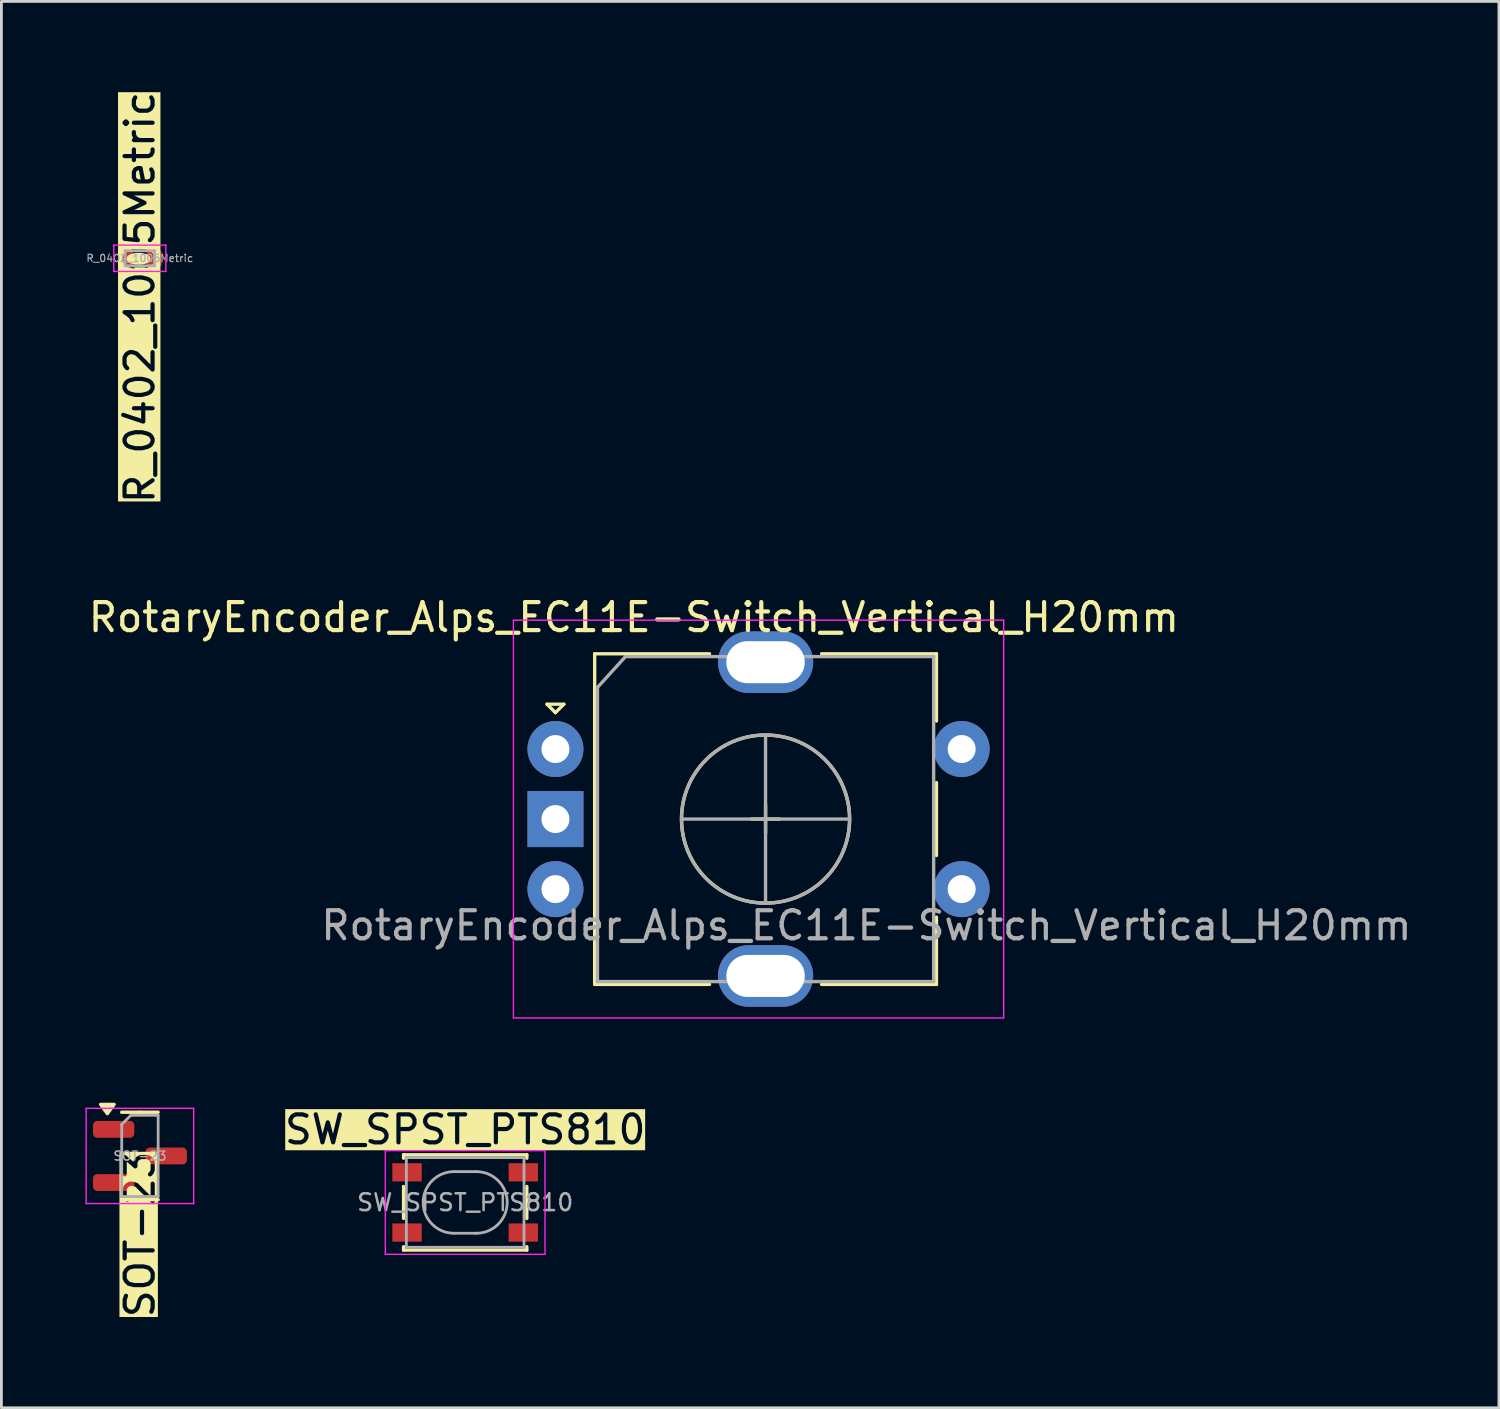
<source format=kicad_pcb>
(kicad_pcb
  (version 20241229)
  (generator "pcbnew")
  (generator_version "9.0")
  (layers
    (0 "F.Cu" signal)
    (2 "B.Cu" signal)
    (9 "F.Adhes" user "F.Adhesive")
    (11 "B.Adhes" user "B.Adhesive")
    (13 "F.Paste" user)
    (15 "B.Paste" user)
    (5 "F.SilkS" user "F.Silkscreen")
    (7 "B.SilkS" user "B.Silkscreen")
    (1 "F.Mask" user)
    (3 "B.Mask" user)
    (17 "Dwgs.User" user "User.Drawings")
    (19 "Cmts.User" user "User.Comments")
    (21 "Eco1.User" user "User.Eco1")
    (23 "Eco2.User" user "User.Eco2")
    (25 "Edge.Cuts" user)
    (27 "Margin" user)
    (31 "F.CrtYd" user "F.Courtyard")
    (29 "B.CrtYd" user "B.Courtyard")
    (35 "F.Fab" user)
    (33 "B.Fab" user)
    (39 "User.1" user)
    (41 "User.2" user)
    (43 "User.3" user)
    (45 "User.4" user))
  (footprint "R_0402_1005Metric"
    (layer "F.Cu")
    (at 1.941 6.169)
    (property "Reference" "R_0402_1005Metric" (at 0 1.4 90) (layer "F.SilkS" knockout) (effects (font (size 1 1) (thickness 0.15))))
    (attr smd)
    (fp_line (start -0.154 -0.38) (end 0.154 -0.38) (stroke (width 0.12) (type solid)) (layer "F.SilkS"))
    (fp_line (start -0.154 0.38) (end 0.154 0.38) (stroke (width 0.12) (type solid)) (layer "F.SilkS"))
    (fp_line (start -0.93 -0.47) (end 0.93 -0.47) (stroke (width 0.05) (type solid)) (layer "F.CrtYd"))
    (fp_line (start -0.93 0.47) (end -0.93 -0.47) (stroke (width 0.05) (type solid)) (layer "F.CrtYd"))
    (fp_line (start 0.93 -0.47) (end 0.93 0.47) (stroke (width 0.05) (type solid)) (layer "F.CrtYd"))
    (fp_line (start 0.93 0.47) (end -0.93 0.47) (stroke (width 0.05) (type solid)) (layer "F.CrtYd"))
    (fp_line (start -0.525 -0.27) (end 0.525 -0.27) (stroke (width 0.1) (type solid)) (layer "F.Fab"))
    (fp_line (start -0.525 0.27) (end -0.525 -0.27) (stroke (width 0.1) (type solid)) (layer "F.Fab"))
    (fp_line (start 0.525 -0.27) (end 0.525 0.27) (stroke (width 0.1) (type solid)) (layer "F.Fab"))
    (fp_line (start 0.525 0.27) (end -0.525 0.27) (stroke (width 0.1) (type solid)) (layer "F.Fab"))
    (fp_text user "${REFERENCE}" (at 0 0 0) (layer "F.Fab") (effects (font (size 0.26 0.26) (thickness 0.04))))
    (pad "1" smd roundrect (at -0.51 0) (size 0.54 0.64) (layers "F.Cu" "F.Mask" "F.Paste") (roundrect_rratio 0.25))
    (pad "2" smd roundrect (at 0.51 0) (size 0.54 0.64) (layers "F.Cu" "F.Mask" "F.Paste") (roundrect_rratio 0.25)))
  (footprint "SOT-23"
    (layer "F.Cu")
    (at 1.945 38.212)
    (property "Reference" "SOT-23" (at 0 2.8 270) (layer "F.SilkS" knockout) (effects (font (size 1 1) (thickness 0.15))))
    (attr smd)
    (fp_line (start 0 -1.56) (end -0.65 -1.56) (stroke (width 0.12) (type solid)) (layer "F.SilkS"))
    (fp_line (start 0 -1.56) (end 0.65 -1.56) (stroke (width 0.12) (type solid)) (layer "F.SilkS"))
    (fp_line (start 0 1.56) (end -0.65 1.56) (stroke (width 0.12) (type solid)) (layer "F.SilkS"))
    (fp_line (start 0 1.56) (end 0.65 1.56) (stroke (width 0.12) (type solid)) (layer "F.SilkS"))
    (fp_poly (pts (xy -1.163 -1.51) (xy -1.403 -1.84) (xy -0.922 -1.84) (xy -1.163 -1.51)) (stroke (width 0.12) (type solid)) (fill yes) (layer "F.SilkS"))
    (fp_line (start -1.92 -1.7) (end -1.92 1.7) (stroke (width 0.05) (type solid)) (layer "F.CrtYd"))
    (fp_line (start -1.92 1.7) (end 1.92 1.7) (stroke (width 0.05) (type solid)) (layer "F.CrtYd"))
    (fp_line (start 1.92 -1.7) (end -1.92 -1.7) (stroke (width 0.05) (type solid)) (layer "F.CrtYd"))
    (fp_line (start 1.92 1.7) (end 1.92 -1.7) (stroke (width 0.05) (type solid)) (layer "F.CrtYd"))
    (fp_line (start -0.65 -1.125) (end -0.325 -1.45) (stroke (width 0.1) (type solid)) (layer "F.Fab"))
    (fp_line (start -0.65 1.45) (end -0.65 -1.125) (stroke (width 0.1) (type solid)) (layer "F.Fab"))
    (fp_line (start -0.325 -1.45) (end 0.65 -1.45) (stroke (width 0.1) (type solid)) (layer "F.Fab"))
    (fp_line (start 0.65 -1.45) (end 0.65 1.45) (stroke (width 0.1) (type solid)) (layer "F.Fab"))
    (fp_line (start 0.65 1.45) (end -0.65 1.45) (stroke (width 0.1) (type solid)) (layer "F.Fab"))
    (fp_text user "${REFERENCE}" (at 0 0 0) (layer "F.Fab") (effects (font (size 0.32 0.32) (thickness 0.05))))
    (pad "1" smd roundrect (at -0.938 -0.95) (size 1.475 0.6) (layers "F.Cu" "F.Mask" "F.Paste") (roundrect_rratio 0.25))
    (pad "2" smd roundrect (at -0.938 0.95) (size 1.475 0.6) (layers "F.Cu" "F.Mask" "F.Paste") (roundrect_rratio 0.25))
    (pad "3" smd roundrect (at 0.938 0) (size 1.475 0.6) (layers "F.Cu" "F.Mask" "F.Paste") (roundrect_rratio 0.25)))
  (footprint "RotaryEncoder_Alps_EC11E-Switch_Vertical_H20mm"
    (layer "F.Cu")
    (at 16.777 23.687)
    (property "Reference" "RotaryEncoder_Alps_EC11E-Switch_Vertical_H20mm" (at 2.8 -4.7 0) (layer "F.SilkS") (effects (font (size 1 1) (thickness 0.15))))
    (attr through_hole)
    (fp_line (start -0.3 -1.6) (end 0.3 -1.6) (stroke (width 0.12) (type solid)) (layer "F.SilkS"))
    (fp_line (start 0 -1.3) (end -0.3 -1.6) (stroke (width 0.12) (type solid)) (layer "F.SilkS"))
    (fp_line (start 0.3 -1.6) (end 0 -1.3) (stroke (width 0.12) (type solid)) (layer "F.SilkS"))
    (fp_line (start 1.4 -3.4) (end 1.4 8.4) (stroke (width 0.12) (type solid)) (layer "F.SilkS"))
    (fp_line (start 5.5 -3.4) (end 1.4 -3.4) (stroke (width 0.12) (type solid)) (layer "F.SilkS"))
    (fp_line (start 5.5 8.4) (end 1.4 8.4) (stroke (width 0.12) (type solid)) (layer "F.SilkS"))
    (fp_line (start 7 2.5) (end 8 2.5) (stroke (width 0.12) (type solid)) (layer "F.SilkS"))
    (fp_line (start 7.5 2) (end 7.5 3) (stroke (width 0.12) (type solid)) (layer "F.SilkS"))
    (fp_line (start 9.5 -3.4) (end 13.6 -3.4) (stroke (width 0.12) (type solid)) (layer "F.SilkS"))
    (fp_line (start 13.6 -3.4) (end 13.6 -1) (stroke (width 0.12) (type solid)) (layer "F.SilkS"))
    (fp_line (start 13.6 1.2) (end 13.6 3.8) (stroke (width 0.12) (type solid)) (layer "F.SilkS"))
    (fp_line (start 13.6 6) (end 13.6 8.4) (stroke (width 0.12) (type solid)) (layer "F.SilkS"))
    (fp_line (start 13.6 8.4) (end 9.5 8.4) (stroke (width 0.12) (type solid)) (layer "F.SilkS"))
    (fp_circle (center 7.5 2.5) (end 10.5 2.5) (stroke (width 0.12) (type solid)) (fill no) (layer "F.SilkS"))
    (fp_line (start -1.5 -4.6) (end -1.5 9.6) (stroke (width 0.05) (type solid)) (layer "F.CrtYd"))
    (fp_line (start -1.5 -4.6) (end 16 -4.6) (stroke (width 0.05) (type solid)) (layer "F.CrtYd"))
    (fp_line (start 16 9.6) (end -1.5 9.6) (stroke (width 0.05) (type solid)) (layer "F.CrtYd"))
    (fp_line (start 16 9.6) (end 16 -4.6) (stroke (width 0.05) (type solid)) (layer "F.CrtYd"))
    (fp_line (start 1.5 -2.2) (end 2.5 -3.3) (stroke (width 0.12) (type solid)) (layer "F.Fab"))
    (fp_line (start 1.5 8.3) (end 1.5 -2.2) (stroke (width 0.12) (type solid)) (layer "F.Fab"))
    (fp_line (start 2.5 -3.3) (end 13.5 -3.3) (stroke (width 0.12) (type solid)) (layer "F.Fab"))
    (fp_line (start 4.5 2.5) (end 10.5 2.5) (stroke (width 0.12) (type solid)) (layer "F.Fab"))
    (fp_line (start 7.5 -0.5) (end 7.5 5.5) (stroke (width 0.12) (type solid)) (layer "F.Fab"))
    (fp_line (start 13.5 -3.3) (end 13.5 8.3) (stroke (width 0.12) (type solid)) (layer "F.Fab"))
    (fp_line (start 13.5 8.3) (end 1.5 8.3) (stroke (width 0.12) (type solid)) (layer "F.Fab"))
    (fp_circle (center 7.5 2.5) (end 10.5 2.5) (stroke (width 0.12) (type solid)) (fill no) (layer "F.Fab"))
    (fp_text user "${REFERENCE}" (at 11.1 6.3 0) (layer "F.Fab") (effects (font (size 1 1) (thickness 0.15))))
    (pad "A" thru_hole circle (at 0 0) (size 2 2) (drill 1) (layers "*.Cu" "*.Mask"))
    (pad "B" thru_hole circle (at 0 5) (size 2 2) (drill 1) (layers "*.Cu" "*.Mask"))
    (pad "C" thru_hole rect (at 0 2.5) (size 2 2) (drill 1) (layers "*.Cu" "*.Mask"))
    (pad "MP" thru_hole oval (at 7.5 -3.1) (size 3.4 2.2) (drill oval 2.8 1.5) (layers "*.Cu" "*.Mask"))
    (pad "MP" thru_hole oval (at 7.5 8.1) (size 3.4 2.2) (drill oval 2.8 1.5) (layers "*.Cu" "*.Mask"))
    (pad "S1" thru_hole circle (at 14.5 5) (size 2 2) (drill 1) (layers "*.Cu" "*.Mask"))
    (pad "S2" thru_hole circle (at 14.5 0) (size 2 2) (drill 1) (layers "*.Cu" "*.Mask")))
  (footprint "SW_SPST_PTS810"
    (layer "F.Cu")
    (at 13.555 39.872)
    (property "Reference" "SW_SPST_PTS810" (at 0 -2.6 180) (layer "F.SilkS" knockout) (effects (font (size 1 1) (thickness 0.15))))
    (attr smd)
    (fp_line (start -2.2 -1.7) (end -2.2 -1.58) (stroke (width 0.12) (type solid)) (layer "F.SilkS"))
    (fp_line (start -2.2 -0.57) (end -2.2 0.57) (stroke (width 0.12) (type solid)) (layer "F.SilkS"))
    (fp_line (start -2.2 1.58) (end -2.2 1.7) (stroke (width 0.12) (type solid)) (layer "F.SilkS"))
    (fp_line (start -2.2 1.7) (end 2.2 1.7) (stroke (width 0.12) (type solid)) (layer "F.SilkS"))
    (fp_line (start 2.2 -1.7) (end -2.2 -1.7) (stroke (width 0.12) (type solid)) (layer "F.SilkS"))
    (fp_line (start 2.2 -1.58) (end 2.2 -1.7) (stroke (width 0.12) (type solid)) (layer "F.SilkS"))
    (fp_line (start 2.2 0.57) (end 2.2 -0.57) (stroke (width 0.12) (type solid)) (layer "F.SilkS"))
    (fp_line (start 2.2 1.7) (end 2.2 1.58) (stroke (width 0.12) (type solid)) (layer "F.SilkS"))
    (fp_line (start -2.85 -1.85) (end 2.85 -1.85) (stroke (width 0.05) (type solid)) (layer "F.CrtYd"))
    (fp_line (start -2.85 1.85) (end -2.85 -1.85) (stroke (width 0.05) (type solid)) (layer "F.CrtYd"))
    (fp_line (start 2.85 -1.85) (end 2.85 1.85) (stroke (width 0.05) (type solid)) (layer "F.CrtYd"))
    (fp_line (start 2.85 1.85) (end -2.85 1.85) (stroke (width 0.05) (type solid)) (layer "F.CrtYd"))
    (fp_line (start -2.1 -1.6) (end -2.1 1.6) (stroke (width 0.1) (type solid)) (layer "F.Fab"))
    (fp_line (start -2.1 1.6) (end 2.1 1.6) (stroke (width 0.1) (type solid)) (layer "F.Fab"))
    (fp_line (start -0.4 -1.1) (end 0.4 -1.1) (stroke (width 0.1) (type solid)) (layer "F.Fab"))
    (fp_line (start 0.4 1.1) (end -0.4 1.1) (stroke (width 0.1) (type solid)) (layer "F.Fab"))
    (fp_line (start 2.1 -1.6) (end -2.1 -1.6) (stroke (width 0.1) (type solid)) (layer "F.Fab"))
    (fp_line (start 2.1 1.6) (end 2.1 -1.6) (stroke (width 0.1) (type solid)) (layer "F.Fab"))
    (fp_arc (start -0.4 1.1) (mid -1.5 0) (end -0.4 -1.1) (stroke (width 0.1) (type solid)) (layer "F.Fab"))
    (fp_arc (start 0.4 -1.1) (mid 1.5 0) (end 0.4 1.1) (stroke (width 0.1) (type solid)) (layer "F.Fab"))
    (fp_text user "${REFERENCE}" (at 0 0 180) (layer "F.Fab") (effects (font (size 0.6 0.6) (thickness 0.09))))
    (pad "1" smd rect (at -2.075 -1.075) (size 1.05 0.65) (layers "F.Cu" "F.Mask" "F.Paste"))
    (pad "1" smd rect (at 2.075 -1.075) (size 1.05 0.65) (layers "F.Cu" "F.Mask" "F.Paste"))
    (pad "2" smd rect (at -2.075 1.075) (size 1.05 0.65) (layers "F.Cu" "F.Mask" "F.Paste"))
    (pad "2" smd rect (at 2.075 1.075) (size 1.05 0.65) (layers "F.Cu" "F.Mask" "F.Paste")))
  (gr_rect
    (start -3 -3)
    (end 50.455 47.201)
    (stroke (width 0.1) (type default))
    (fill no)
    (layer "Edge.Cuts")))
</source>
